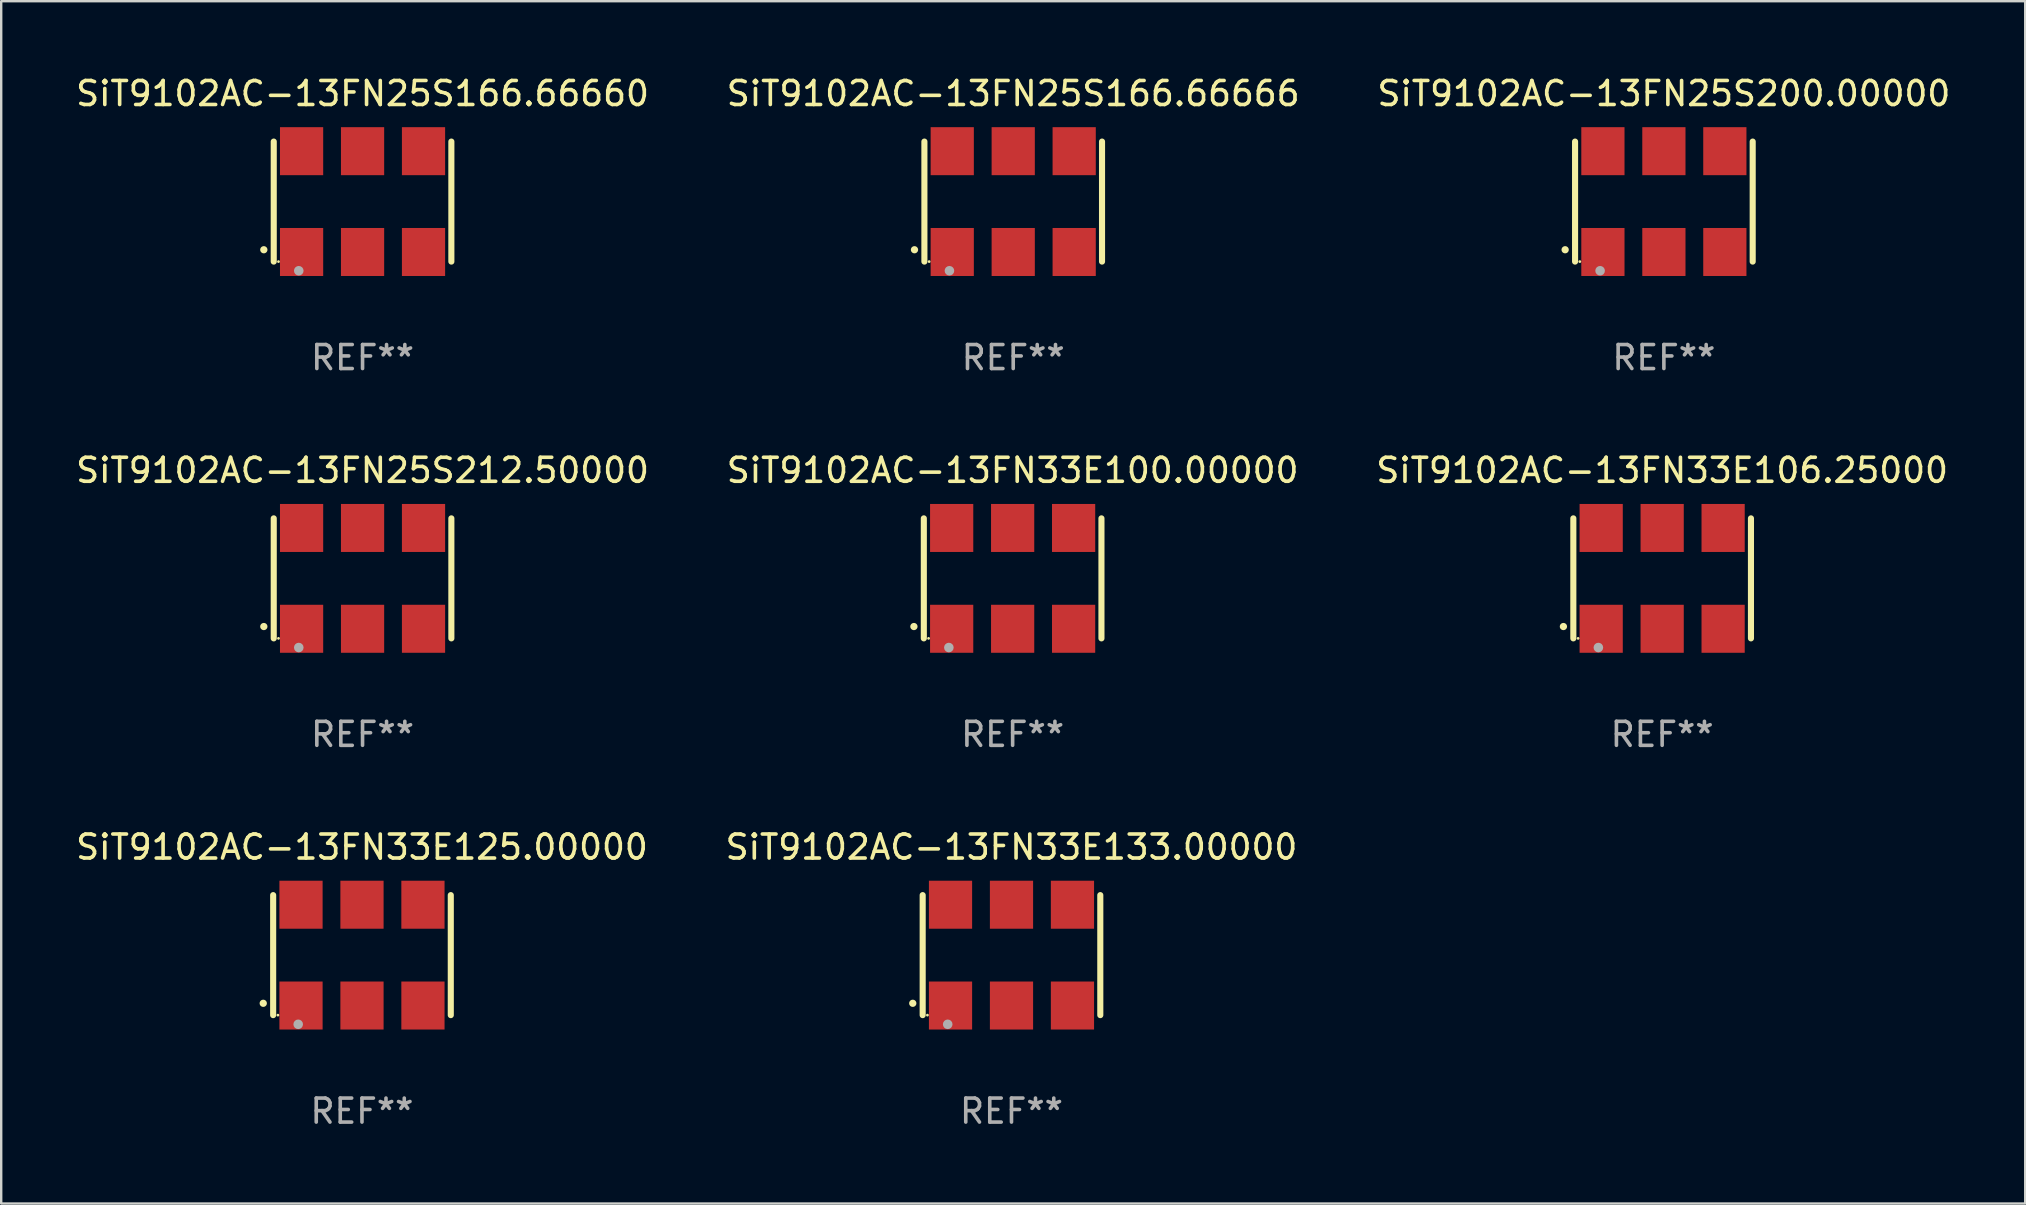
<source format=kicad_pcb>
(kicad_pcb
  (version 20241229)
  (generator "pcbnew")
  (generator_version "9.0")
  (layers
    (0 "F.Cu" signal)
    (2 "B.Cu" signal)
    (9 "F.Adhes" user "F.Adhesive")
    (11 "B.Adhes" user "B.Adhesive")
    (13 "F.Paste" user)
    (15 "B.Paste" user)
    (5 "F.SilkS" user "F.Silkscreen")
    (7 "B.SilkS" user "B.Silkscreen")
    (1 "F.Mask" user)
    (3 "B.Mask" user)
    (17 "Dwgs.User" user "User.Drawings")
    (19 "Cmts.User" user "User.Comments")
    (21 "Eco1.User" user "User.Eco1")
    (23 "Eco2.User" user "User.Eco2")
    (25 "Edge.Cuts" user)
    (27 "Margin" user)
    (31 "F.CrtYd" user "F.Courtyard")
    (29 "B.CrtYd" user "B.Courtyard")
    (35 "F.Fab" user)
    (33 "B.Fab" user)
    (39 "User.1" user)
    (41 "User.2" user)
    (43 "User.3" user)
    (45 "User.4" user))
  (footprint "SiT9102AC-13FN33E100.00000"
    (layer "F.Cu")
    (at 39.137 21.045)
    (property "Reference" "SiT9102AC-13FN33E100.00000" (at 0 -4.5 0) (layer "F.SilkS") (effects (font (size 1 1) (thickness 0.15))))
    (attr through_hole)
    (fp_line (start -3.7 -2.5) (end -3.7 2.5) (stroke (width 0.254) (type solid)) (layer "F.SilkS"))
    (fp_line (start 3.7 -2.5) (end 3.7 2.5) (stroke (width 0.254) (type solid)) (layer "F.SilkS"))
    (fp_arc (start -4.114415 2.006604) (mid -4.113145 2.006599) (end -4.111875 2.006604) (stroke (width 0.3) (type solid)) (layer "F.SilkS"))
    (fp_circle (center -3.502 2.5) (end -3.472 2.5) (stroke (width 0.06) (type solid)) (fill no) (layer "F.SilkS"))
    (fp_circle (center -2.657 2.882) (end -2.557 2.882) (stroke (width 0.2) (type solid)) (fill no) (layer "F.Fab"))
    (fp_text user "REF**" (at 0 6.5 0) (layer "F.Fab") (effects (font (size 1 1) (thickness 0.15))))
    (pad "1" smd rect (at -2.54 2.1) (size 1.8 2) (layers "F.Cu" "F.Mask" "F.Paste"))
    (pad "2" smd rect (at 0.000394 2.1) (size 1.8 2) (layers "F.Cu" "F.Mask" "F.Paste"))
    (pad "3" smd rect (at 2.54 2.1) (size 1.8 2) (layers "F.Cu" "F.Mask" "F.Paste"))
    (pad "4" smd rect (at 2.54 -2.1) (size 1.8 2) (layers "F.Cu" "F.Mask" "F.Paste"))
    (pad "5" smd rect (at 0.000394 -2.1) (size 1.8 2) (layers "F.Cu" "F.Mask" "F.Paste"))
    (pad "6" smd rect (at -2.54 -2.1) (size 1.8 2) (layers "F.Cu" "F.Mask" "F.Paste")))
  (footprint "SiT9102AC-13FN33E106.25000"
    (layer "F.Cu")
    (at 66.196 21.045)
    (property "Reference" "SiT9102AC-13FN33E106.25000" (at 0 -4.5 0) (layer "F.SilkS") (effects (font (size 1 1) (thickness 0.15))))
    (attr through_hole)
    (fp_line (start -3.7 -2.5) (end -3.7 2.5) (stroke (width 0.254) (type solid)) (layer "F.SilkS"))
    (fp_line (start 3.7 -2.5) (end 3.7 2.5) (stroke (width 0.254) (type solid)) (layer "F.SilkS"))
    (fp_arc (start -4.114415 2.006604) (mid -4.113145 2.006599) (end -4.111875 2.006604) (stroke (width 0.3) (type solid)) (layer "F.SilkS"))
    (fp_circle (center -3.502 2.5) (end -3.472 2.5) (stroke (width 0.06) (type solid)) (fill no) (layer "F.SilkS"))
    (fp_circle (center -2.657 2.882) (end -2.557 2.882) (stroke (width 0.2) (type solid)) (fill no) (layer "F.Fab"))
    (fp_text user "REF**" (at 0 6.5 0) (layer "F.Fab") (effects (font (size 1 1) (thickness 0.15))))
    (pad "1" smd rect (at -2.54 2.1) (size 1.8 2) (layers "F.Cu" "F.Mask" "F.Paste"))
    (pad "2" smd rect (at 0.000394 2.1) (size 1.8 2) (layers "F.Cu" "F.Mask" "F.Paste"))
    (pad "3" smd rect (at 2.54 2.1) (size 1.8 2) (layers "F.Cu" "F.Mask" "F.Paste"))
    (pad "4" smd rect (at 2.54 -2.1) (size 1.8 2) (layers "F.Cu" "F.Mask" "F.Paste"))
    (pad "5" smd rect (at 0.000394 -2.1) (size 1.8 2) (layers "F.Cu" "F.Mask" "F.Paste"))
    (pad "6" smd rect (at -2.54 -2.1) (size 1.8 2) (layers "F.Cu" "F.Mask" "F.Paste")))
  (footprint "SiT9102AC-13FN33E133.00000"
    (layer "F.Cu")
    (at 39.089 36.741)
    (property "Reference" "SiT9102AC-13FN33E133.00000" (at 0 -4.5 0) (layer "F.SilkS") (effects (font (size 1 1) (thickness 0.15))))
    (attr through_hole)
    (fp_line (start -3.7 -2.5) (end -3.7 2.5) (stroke (width 0.254) (type solid)) (layer "F.SilkS"))
    (fp_line (start 3.7 -2.5) (end 3.7 2.5) (stroke (width 0.254) (type solid)) (layer "F.SilkS"))
    (fp_arc (start -4.114415 2.006604) (mid -4.113145 2.006599) (end -4.111875 2.006604) (stroke (width 0.3) (type solid)) (layer "F.SilkS"))
    (fp_circle (center -3.502 2.5) (end -3.472 2.5) (stroke (width 0.06) (type solid)) (fill no) (layer "F.SilkS"))
    (fp_circle (center -2.657 2.882) (end -2.557 2.882) (stroke (width 0.2) (type solid)) (fill no) (layer "F.Fab"))
    (fp_text user "REF**" (at 0 6.5 0) (layer "F.Fab") (effects (font (size 1 1) (thickness 0.15))))
    (pad "1" smd rect (at -2.54 2.1) (size 1.8 2) (layers "F.Cu" "F.Mask" "F.Paste"))
    (pad "2" smd rect (at 0.000394 2.1) (size 1.8 2) (layers "F.Cu" "F.Mask" "F.Paste"))
    (pad "3" smd rect (at 2.54 2.1) (size 1.8 2) (layers "F.Cu" "F.Mask" "F.Paste"))
    (pad "4" smd rect (at 2.54 -2.1) (size 1.8 2) (layers "F.Cu" "F.Mask" "F.Paste"))
    (pad "5" smd rect (at 0.000394 -2.1) (size 1.8 2) (layers "F.Cu" "F.Mask" "F.Paste"))
    (pad "6" smd rect (at -2.54 -2.1) (size 1.8 2) (layers "F.Cu" "F.Mask" "F.Paste")))
  (footprint "SiT9102AC-13FN25S166.66666"
    (layer "F.Cu")
    (at 39.161 5.348)
    (property "Reference" "SiT9102AC-13FN25S166.66666" (at 0 -4.5 0) (layer "F.SilkS") (effects (font (size 1 1) (thickness 0.15))))
    (attr through_hole)
    (fp_line (start -3.7 -2.5) (end -3.7 2.5) (stroke (width 0.254) (type solid)) (layer "F.SilkS"))
    (fp_line (start 3.7 -2.5) (end 3.7 2.5) (stroke (width 0.254) (type solid)) (layer "F.SilkS"))
    (fp_arc (start -4.114415 2.006604) (mid -4.113145 2.006599) (end -4.111875 2.006604) (stroke (width 0.3) (type solid)) (layer "F.SilkS"))
    (fp_circle (center -3.502 2.5) (end -3.472 2.5) (stroke (width 0.06) (type solid)) (fill no) (layer "F.SilkS"))
    (fp_circle (center -2.657 2.882) (end -2.557 2.882) (stroke (width 0.2) (type solid)) (fill no) (layer "F.Fab"))
    (fp_text user "REF**" (at 0 6.5 0) (layer "F.Fab") (effects (font (size 1 1) (thickness 0.15))))
    (pad "1" smd rect (at -2.54 2.1) (size 1.8 2) (layers "F.Cu" "F.Mask" "F.Paste"))
    (pad "2" smd rect (at 0.000394 2.1) (size 1.8 2) (layers "F.Cu" "F.Mask" "F.Paste"))
    (pad "3" smd rect (at 2.54 2.1) (size 1.8 2) (layers "F.Cu" "F.Mask" "F.Paste"))
    (pad "4" smd rect (at 2.54 -2.1) (size 1.8 2) (layers "F.Cu" "F.Mask" "F.Paste"))
    (pad "5" smd rect (at 0.000394 -2.1) (size 1.8 2) (layers "F.Cu" "F.Mask" "F.Paste"))
    (pad "6" smd rect (at -2.54 -2.1) (size 1.8 2) (layers "F.Cu" "F.Mask" "F.Paste")))
  (footprint "SiT9102AC-13FN25S166.66660"
    (layer "F.Cu")
    (at 12.054 5.348)
    (property "Reference" "SiT9102AC-13FN25S166.66660" (at 0 -4.5 0) (layer "F.SilkS") (effects (font (size 1 1) (thickness 0.15))))
    (attr through_hole)
    (fp_line (start -3.7 -2.5) (end -3.7 2.5) (stroke (width 0.254) (type solid)) (layer "F.SilkS"))
    (fp_line (start 3.7 -2.5) (end 3.7 2.5) (stroke (width 0.254) (type solid)) (layer "F.SilkS"))
    (fp_arc (start -4.114415 2.006604) (mid -4.113145 2.006599) (end -4.111875 2.006604) (stroke (width 0.3) (type solid)) (layer "F.SilkS"))
    (fp_circle (center -3.502 2.5) (end -3.472 2.5) (stroke (width 0.06) (type solid)) (fill no) (layer "F.SilkS"))
    (fp_circle (center -2.657 2.882) (end -2.557 2.882) (stroke (width 0.2) (type solid)) (fill no) (layer "F.Fab"))
    (fp_text user "REF**" (at 0 6.5 0) (layer "F.Fab") (effects (font (size 1 1) (thickness 0.15))))
    (pad "1" smd rect (at -2.54 2.1) (size 1.8 2) (layers "F.Cu" "F.Mask" "F.Paste"))
    (pad "2" smd rect (at 0.000394 2.1) (size 1.8 2) (layers "F.Cu" "F.Mask" "F.Paste"))
    (pad "3" smd rect (at 2.54 2.1) (size 1.8 2) (layers "F.Cu" "F.Mask" "F.Paste"))
    (pad "4" smd rect (at 2.54 -2.1) (size 1.8 2) (layers "F.Cu" "F.Mask" "F.Paste"))
    (pad "5" smd rect (at 0.000394 -2.1) (size 1.8 2) (layers "F.Cu" "F.Mask" "F.Paste"))
    (pad "6" smd rect (at -2.54 -2.1) (size 1.8 2) (layers "F.Cu" "F.Mask" "F.Paste")))
  (footprint "SiT9102AC-13FN25S212.50000"
    (layer "F.Cu")
    (at 12.054 21.045)
    (property "Reference" "SiT9102AC-13FN25S212.50000" (at 0 -4.5 0) (layer "F.SilkS") (effects (font (size 1 1) (thickness 0.15))))
    (attr through_hole)
    (fp_line (start -3.7 -2.5) (end -3.7 2.5) (stroke (width 0.254) (type solid)) (layer "F.SilkS"))
    (fp_line (start 3.7 -2.5) (end 3.7 2.5) (stroke (width 0.254) (type solid)) (layer "F.SilkS"))
    (fp_arc (start -4.114415 2.006604) (mid -4.113145 2.006599) (end -4.111875 2.006604) (stroke (width 0.3) (type solid)) (layer "F.SilkS"))
    (fp_circle (center -3.502 2.5) (end -3.472 2.5) (stroke (width 0.06) (type solid)) (fill no) (layer "F.SilkS"))
    (fp_circle (center -2.657 2.882) (end -2.557 2.882) (stroke (width 0.2) (type solid)) (fill no) (layer "F.Fab"))
    (fp_text user "REF**" (at 0 6.5 0) (layer "F.Fab") (effects (font (size 1 1) (thickness 0.15))))
    (pad "1" smd rect (at -2.54 2.1) (size 1.8 2) (layers "F.Cu" "F.Mask" "F.Paste"))
    (pad "2" smd rect (at 0.000394 2.1) (size 1.8 2) (layers "F.Cu" "F.Mask" "F.Paste"))
    (pad "3" smd rect (at 2.54 2.1) (size 1.8 2) (layers "F.Cu" "F.Mask" "F.Paste"))
    (pad "4" smd rect (at 2.54 -2.1) (size 1.8 2) (layers "F.Cu" "F.Mask" "F.Paste"))
    (pad "5" smd rect (at 0.000394 -2.1) (size 1.8 2) (layers "F.Cu" "F.Mask" "F.Paste"))
    (pad "6" smd rect (at -2.54 -2.1) (size 1.8 2) (layers "F.Cu" "F.Mask" "F.Paste")))
  (footprint "SiT9102AC-13FN33E125.00000"
    (layer "F.Cu")
    (at 12.03 36.741)
    (property "Reference" "SiT9102AC-13FN33E125.00000" (at 0 -4.5 0) (layer "F.SilkS") (effects (font (size 1 1) (thickness 0.15))))
    (attr through_hole)
    (fp_line (start -3.7 -2.5) (end -3.7 2.5) (stroke (width 0.254) (type solid)) (layer "F.SilkS"))
    (fp_line (start 3.7 -2.5) (end 3.7 2.5) (stroke (width 0.254) (type solid)) (layer "F.SilkS"))
    (fp_arc (start -4.114415 2.006604) (mid -4.113145 2.006599) (end -4.111875 2.006604) (stroke (width 0.3) (type solid)) (layer "F.SilkS"))
    (fp_circle (center -3.502 2.5) (end -3.472 2.5) (stroke (width 0.06) (type solid)) (fill no) (layer "F.SilkS"))
    (fp_circle (center -2.657 2.882) (end -2.557 2.882) (stroke (width 0.2) (type solid)) (fill no) (layer "F.Fab"))
    (fp_text user "REF**" (at 0 6.5 0) (layer "F.Fab") (effects (font (size 1 1) (thickness 0.15))))
    (pad "1" smd rect (at -2.54 2.1) (size 1.8 2) (layers "F.Cu" "F.Mask" "F.Paste"))
    (pad "2" smd rect (at 0.000394 2.1) (size 1.8 2) (layers "F.Cu" "F.Mask" "F.Paste"))
    (pad "3" smd rect (at 2.54 2.1) (size 1.8 2) (layers "F.Cu" "F.Mask" "F.Paste"))
    (pad "4" smd rect (at 2.54 -2.1) (size 1.8 2) (layers "F.Cu" "F.Mask" "F.Paste"))
    (pad "5" smd rect (at 0.000394 -2.1) (size 1.8 2) (layers "F.Cu" "F.Mask" "F.Paste"))
    (pad "6" smd rect (at -2.54 -2.1) (size 1.8 2) (layers "F.Cu" "F.Mask" "F.Paste")))
  (footprint "SiT9102AC-13FN25S200.00000"
    (layer "F.Cu")
    (at 66.268 5.348)
    (property "Reference" "SiT9102AC-13FN25S200.00000" (at 0 -4.5 0) (layer "F.SilkS") (effects (font (size 1 1) (thickness 0.15))))
    (attr through_hole)
    (fp_line (start -3.7 -2.5) (end -3.7 2.5) (stroke (width 0.254) (type solid)) (layer "F.SilkS"))
    (fp_line (start 3.7 -2.5) (end 3.7 2.5) (stroke (width 0.254) (type solid)) (layer "F.SilkS"))
    (fp_arc (start -4.114415 2.006604) (mid -4.113145 2.006599) (end -4.111875 2.006604) (stroke (width 0.3) (type solid)) (layer "F.SilkS"))
    (fp_circle (center -3.502 2.5) (end -3.472 2.5) (stroke (width 0.06) (type solid)) (fill no) (layer "F.SilkS"))
    (fp_circle (center -2.657 2.882) (end -2.557 2.882) (stroke (width 0.2) (type solid)) (fill no) (layer "F.Fab"))
    (fp_text user "REF**" (at 0 6.5 0) (layer "F.Fab") (effects (font (size 1 1) (thickness 0.15))))
    (pad "1" smd rect (at -2.54 2.1) (size 1.8 2) (layers "F.Cu" "F.Mask" "F.Paste"))
    (pad "2" smd rect (at 0.000394 2.1) (size 1.8 2) (layers "F.Cu" "F.Mask" "F.Paste"))
    (pad "3" smd rect (at 2.54 2.1) (size 1.8 2) (layers "F.Cu" "F.Mask" "F.Paste"))
    (pad "4" smd rect (at 2.54 -2.1) (size 1.8 2) (layers "F.Cu" "F.Mask" "F.Paste"))
    (pad "5" smd rect (at 0.000394 -2.1) (size 1.8 2) (layers "F.Cu" "F.Mask" "F.Paste"))
    (pad "6" smd rect (at -2.54 -2.1) (size 1.8 2) (layers "F.Cu" "F.Mask" "F.Paste")))
  (gr_rect
    (start -3 -3)
    (end 81.321 47.09)
    (stroke (width 0.1) (type default))
    (fill no)
    (layer "Edge.Cuts")))
</source>
